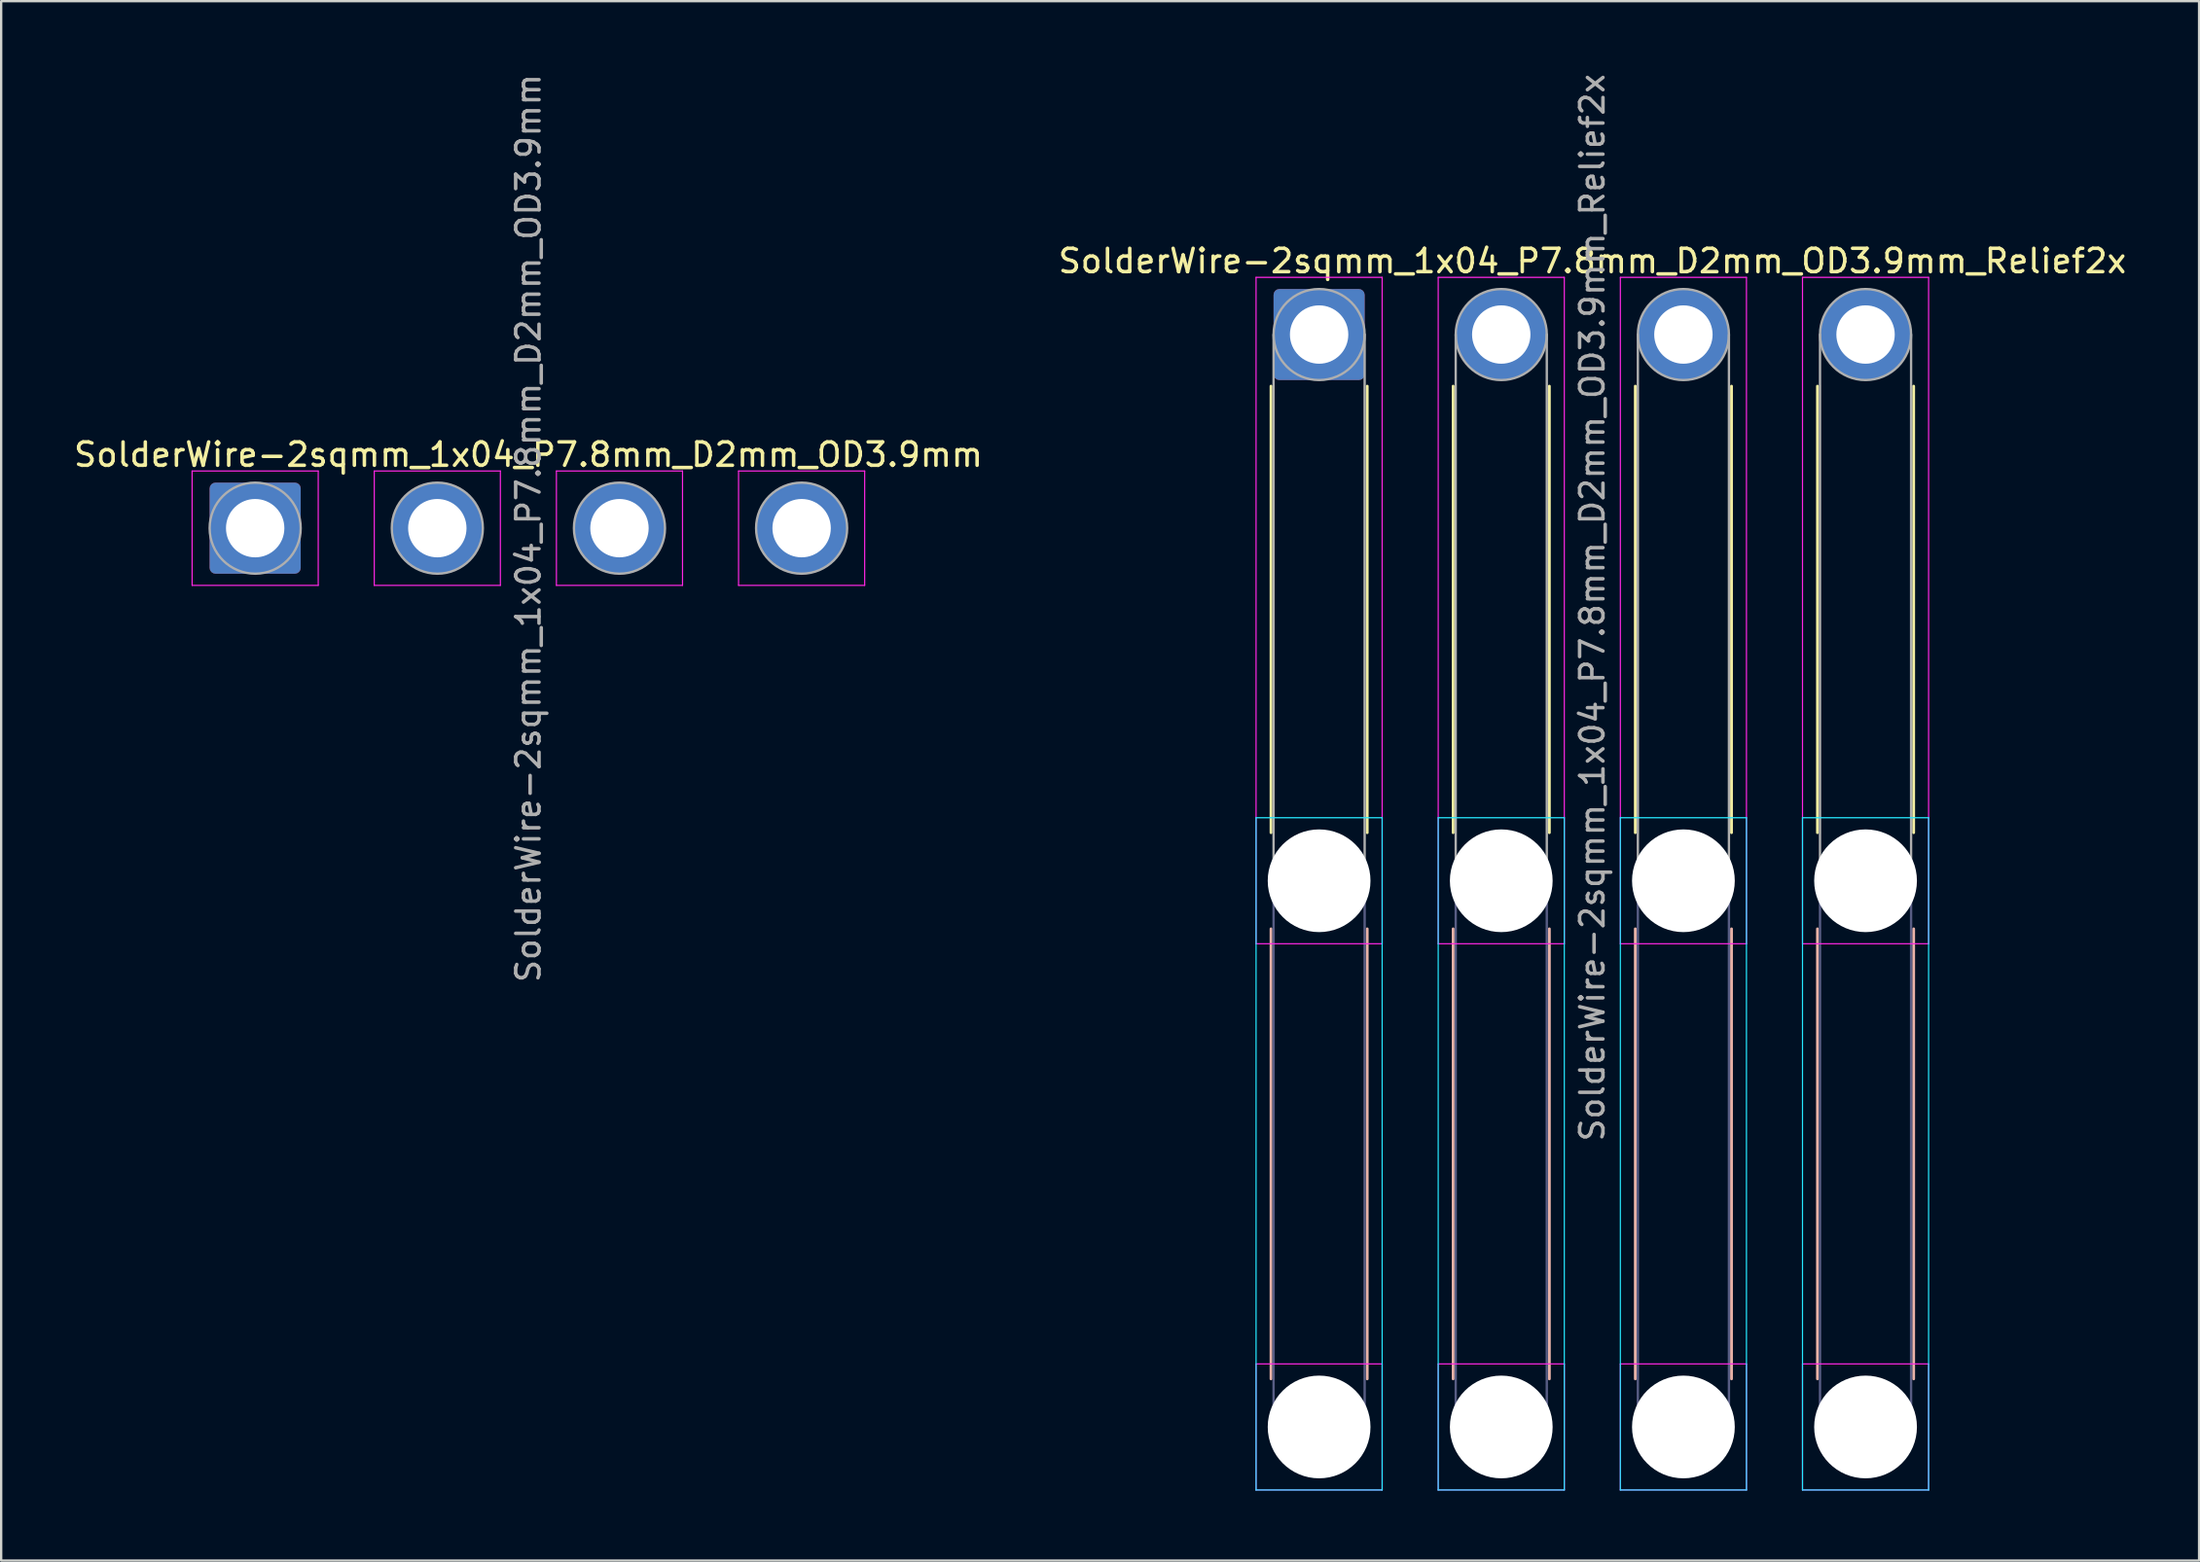
<source format=kicad_pcb>
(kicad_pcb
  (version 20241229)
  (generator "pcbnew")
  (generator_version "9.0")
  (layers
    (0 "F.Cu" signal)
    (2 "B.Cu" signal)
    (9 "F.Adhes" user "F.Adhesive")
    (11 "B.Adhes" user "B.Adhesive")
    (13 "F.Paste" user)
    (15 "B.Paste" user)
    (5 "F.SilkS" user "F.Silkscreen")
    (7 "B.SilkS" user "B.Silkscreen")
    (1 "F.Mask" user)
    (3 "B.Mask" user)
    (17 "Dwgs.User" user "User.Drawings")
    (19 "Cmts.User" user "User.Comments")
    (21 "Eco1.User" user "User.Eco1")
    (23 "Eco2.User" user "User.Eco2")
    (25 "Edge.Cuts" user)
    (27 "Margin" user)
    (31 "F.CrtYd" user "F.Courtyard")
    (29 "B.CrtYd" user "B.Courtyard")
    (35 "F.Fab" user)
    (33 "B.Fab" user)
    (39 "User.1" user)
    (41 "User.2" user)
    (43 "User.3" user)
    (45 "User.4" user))
  (footprint "SolderWire-2sqmm_1x04_P7.8mm_D2mm_OD3.9mm"
    (layer "F.Cu")
    (at 7.877 19.577)
    (property "Reference" "SolderWire-2sqmm_1x04_P7.8mm_D2mm_OD3.9mm" (at 11.7 -3.15 0) (layer "F.SilkS") (effects (font (size 1 1) (thickness 0.15))))
    (attr exclude_from_pos_files exclude_from_bom)
    (fp_line (start -2.7 -2.45) (end -2.7 2.45) (stroke (width 0.05) (type solid)) (layer "F.CrtYd"))
    (fp_line (start -2.7 2.45) (end 2.7 2.45) (stroke (width 0.05) (type solid)) (layer "F.CrtYd"))
    (fp_line (start 2.7 -2.45) (end -2.7 -2.45) (stroke (width 0.05) (type solid)) (layer "F.CrtYd"))
    (fp_line (start 2.7 2.45) (end 2.7 -2.45) (stroke (width 0.05) (type solid)) (layer "F.CrtYd"))
    (fp_line (start 5.1 -2.45) (end 5.1 2.45) (stroke (width 0.05) (type solid)) (layer "F.CrtYd"))
    (fp_line (start 5.1 2.45) (end 10.5 2.45) (stroke (width 0.05) (type solid)) (layer "F.CrtYd"))
    (fp_line (start 10.5 -2.45) (end 5.1 -2.45) (stroke (width 0.05) (type solid)) (layer "F.CrtYd"))
    (fp_line (start 10.5 2.45) (end 10.5 -2.45) (stroke (width 0.05) (type solid)) (layer "F.CrtYd"))
    (fp_line (start 12.9 -2.45) (end 12.9 2.45) (stroke (width 0.05) (type solid)) (layer "F.CrtYd"))
    (fp_line (start 12.9 2.45) (end 18.3 2.45) (stroke (width 0.05) (type solid)) (layer "F.CrtYd"))
    (fp_line (start 18.3 -2.45) (end 12.9 -2.45) (stroke (width 0.05) (type solid)) (layer "F.CrtYd"))
    (fp_line (start 18.3 2.45) (end 18.3 -2.45) (stroke (width 0.05) (type solid)) (layer "F.CrtYd"))
    (fp_line (start 20.7 -2.45) (end 20.7 2.45) (stroke (width 0.05) (type solid)) (layer "F.CrtYd"))
    (fp_line (start 20.7 2.45) (end 26.1 2.45) (stroke (width 0.05) (type solid)) (layer "F.CrtYd"))
    (fp_line (start 26.1 -2.45) (end 20.7 -2.45) (stroke (width 0.05) (type solid)) (layer "F.CrtYd"))
    (fp_line (start 26.1 2.45) (end 26.1 -2.45) (stroke (width 0.05) (type solid)) (layer "F.CrtYd"))
    (fp_circle (center 0 0) (end 1.95 0) (stroke (width 0.1) (type solid)) (fill no) (layer "F.Fab"))
    (fp_circle (center 7.8 0) (end 9.75 0) (stroke (width 0.1) (type solid)) (fill no) (layer "F.Fab"))
    (fp_circle (center 15.6 0) (end 17.55 0) (stroke (width 0.1) (type solid)) (fill no) (layer "F.Fab"))
    (fp_circle (center 23.4 0) (end 25.35 0) (stroke (width 0.1) (type solid)) (fill no) (layer "F.Fab"))
    (fp_text user "${REFERENCE}" (at 11.7 0 90) (layer "F.Fab") (effects (font (size 1 1) (thickness 0.15))))
    (pad "1" thru_hole roundrect (at 0 0) (size 3.9 3.9) (drill 2.5) (layers "*.Cu" "*.Mask") (roundrect_rratio 0.064))
    (pad "2" thru_hole circle (at 7.8 0) (size 3.9 3.9) (drill 2.5) (layers "*.Cu" "*.Mask"))
    (pad "3" thru_hole circle (at 15.6 0) (size 3.9 3.9) (drill 2.5) (layers "*.Cu" "*.Mask"))
    (pad "4" thru_hole circle (at 23.4 0) (size 3.9 3.9) (drill 2.5) (layers "*.Cu" "*.Mask")))
  (footprint "SolderWire-2sqmm_1x04_P7.8mm_D2mm_OD3.9mm_Relief2x"
    (layer "F.Cu")
    (at 53.437 11.282)
    (property "Reference" "SolderWire-2sqmm_1x04_P7.8mm_D2mm_OD3.9mm_Relief2x" (at 11.7 -3.15 0) (layer "F.SilkS") (effects (font (size 1 1) (thickness 0.15))))
    (attr exclude_from_pos_files exclude_from_bom)
    (fp_line (start -2.06 2.21) (end -2.06 21.34) (stroke (width 0.12) (type solid)) (layer "F.SilkS"))
    (fp_line (start 2.06 2.21) (end 2.06 21.34) (stroke (width 0.12) (type solid)) (layer "F.SilkS"))
    (fp_line (start 5.74 2.21) (end 5.74 21.34) (stroke (width 0.12) (type solid)) (layer "F.SilkS"))
    (fp_line (start 9.86 2.21) (end 9.86 21.34) (stroke (width 0.12) (type solid)) (layer "F.SilkS"))
    (fp_line (start 13.54 2.21) (end 13.54 21.34) (stroke (width 0.12) (type solid)) (layer "F.SilkS"))
    (fp_line (start 17.66 2.21) (end 17.66 21.34) (stroke (width 0.12) (type solid)) (layer "F.SilkS"))
    (fp_line (start 21.34 2.21) (end 21.34 21.34) (stroke (width 0.12) (type solid)) (layer "F.SilkS"))
    (fp_line (start 25.46 2.21) (end 25.46 21.34) (stroke (width 0.12) (type solid)) (layer "F.SilkS"))
    (fp_line (start -2.06 25.46) (end -2.06 44.74) (stroke (width 0.12) (type solid)) (layer "B.SilkS"))
    (fp_line (start 2.06 25.46) (end 2.06 44.74) (stroke (width 0.12) (type solid)) (layer "B.SilkS"))
    (fp_line (start 5.74 25.46) (end 5.74 44.74) (stroke (width 0.12) (type solid)) (layer "B.SilkS"))
    (fp_line (start 9.86 25.46) (end 9.86 44.74) (stroke (width 0.12) (type solid)) (layer "B.SilkS"))
    (fp_line (start 13.54 25.46) (end 13.54 44.74) (stroke (width 0.12) (type solid)) (layer "B.SilkS"))
    (fp_line (start 17.66 25.46) (end 17.66 44.74) (stroke (width 0.12) (type solid)) (layer "B.SilkS"))
    (fp_line (start 21.34 25.46) (end 21.34 44.74) (stroke (width 0.12) (type solid)) (layer "B.SilkS"))
    (fp_line (start 25.46 25.46) (end 25.46 44.74) (stroke (width 0.12) (type solid)) (layer "B.SilkS"))
    (fp_line (start -2.7 20.7) (end -2.7 49.5) (stroke (width 0.05) (type solid)) (layer "B.CrtYd"))
    (fp_line (start -2.7 49.5) (end 2.7 49.5) (stroke (width 0.05) (type solid)) (layer "B.CrtYd"))
    (fp_line (start 2.7 20.7) (end -2.7 20.7) (stroke (width 0.05) (type solid)) (layer "B.CrtYd"))
    (fp_line (start 2.7 49.5) (end 2.7 20.7) (stroke (width 0.05) (type solid)) (layer "B.CrtYd"))
    (fp_line (start 5.1 20.7) (end 5.1 49.5) (stroke (width 0.05) (type solid)) (layer "B.CrtYd"))
    (fp_line (start 5.1 49.5) (end 10.5 49.5) (stroke (width 0.05) (type solid)) (layer "B.CrtYd"))
    (fp_line (start 10.5 20.7) (end 5.1 20.7) (stroke (width 0.05) (type solid)) (layer "B.CrtYd"))
    (fp_line (start 10.5 49.5) (end 10.5 20.7) (stroke (width 0.05) (type solid)) (layer "B.CrtYd"))
    (fp_line (start 12.9 20.7) (end 12.9 49.5) (stroke (width 0.05) (type solid)) (layer "B.CrtYd"))
    (fp_line (start 12.9 49.5) (end 18.3 49.5) (stroke (width 0.05) (type solid)) (layer "B.CrtYd"))
    (fp_line (start 18.3 20.7) (end 12.9 20.7) (stroke (width 0.05) (type solid)) (layer "B.CrtYd"))
    (fp_line (start 18.3 49.5) (end 18.3 20.7) (stroke (width 0.05) (type solid)) (layer "B.CrtYd"))
    (fp_line (start 20.7 20.7) (end 20.7 49.5) (stroke (width 0.05) (type solid)) (layer "B.CrtYd"))
    (fp_line (start 20.7 49.5) (end 26.1 49.5) (stroke (width 0.05) (type solid)) (layer "B.CrtYd"))
    (fp_line (start 26.1 20.7) (end 20.7 20.7) (stroke (width 0.05) (type solid)) (layer "B.CrtYd"))
    (fp_line (start 26.1 49.5) (end 26.1 20.7) (stroke (width 0.05) (type solid)) (layer "B.CrtYd"))
    (fp_line (start -2.7 -2.45) (end -2.7 26.1) (stroke (width 0.05) (type solid)) (layer "F.CrtYd"))
    (fp_line (start -2.7 26.1) (end 2.7 26.1) (stroke (width 0.05) (type solid)) (layer "F.CrtYd"))
    (fp_line (start -2.7 44.1) (end -2.7 49.5) (stroke (width 0.05) (type solid)) (layer "F.CrtYd"))
    (fp_line (start -2.7 49.5) (end 2.7 49.5) (stroke (width 0.05) (type solid)) (layer "F.CrtYd"))
    (fp_line (start 2.7 -2.45) (end -2.7 -2.45) (stroke (width 0.05) (type solid)) (layer "F.CrtYd"))
    (fp_line (start 2.7 26.1) (end 2.7 -2.45) (stroke (width 0.05) (type solid)) (layer "F.CrtYd"))
    (fp_line (start 2.7 44.1) (end -2.7 44.1) (stroke (width 0.05) (type solid)) (layer "F.CrtYd"))
    (fp_line (start 2.7 49.5) (end 2.7 44.1) (stroke (width 0.05) (type solid)) (layer "F.CrtYd"))
    (fp_line (start 5.1 -2.45) (end 5.1 26.1) (stroke (width 0.05) (type solid)) (layer "F.CrtYd"))
    (fp_line (start 5.1 26.1) (end 10.5 26.1) (stroke (width 0.05) (type solid)) (layer "F.CrtYd"))
    (fp_line (start 5.1 44.1) (end 5.1 49.5) (stroke (width 0.05) (type solid)) (layer "F.CrtYd"))
    (fp_line (start 5.1 49.5) (end 10.5 49.5) (stroke (width 0.05) (type solid)) (layer "F.CrtYd"))
    (fp_line (start 10.5 -2.45) (end 5.1 -2.45) (stroke (width 0.05) (type solid)) (layer "F.CrtYd"))
    (fp_line (start 10.5 26.1) (end 10.5 -2.45) (stroke (width 0.05) (type solid)) (layer "F.CrtYd"))
    (fp_line (start 10.5 44.1) (end 5.1 44.1) (stroke (width 0.05) (type solid)) (layer "F.CrtYd"))
    (fp_line (start 10.5 49.5) (end 10.5 44.1) (stroke (width 0.05) (type solid)) (layer "F.CrtYd"))
    (fp_line (start 12.9 -2.45) (end 12.9 26.1) (stroke (width 0.05) (type solid)) (layer "F.CrtYd"))
    (fp_line (start 12.9 26.1) (end 18.3 26.1) (stroke (width 0.05) (type solid)) (layer "F.CrtYd"))
    (fp_line (start 12.9 44.1) (end 12.9 49.5) (stroke (width 0.05) (type solid)) (layer "F.CrtYd"))
    (fp_line (start 12.9 49.5) (end 18.3 49.5) (stroke (width 0.05) (type solid)) (layer "F.CrtYd"))
    (fp_line (start 18.3 -2.45) (end 12.9 -2.45) (stroke (width 0.05) (type solid)) (layer "F.CrtYd"))
    (fp_line (start 18.3 26.1) (end 18.3 -2.45) (stroke (width 0.05) (type solid)) (layer "F.CrtYd"))
    (fp_line (start 18.3 44.1) (end 12.9 44.1) (stroke (width 0.05) (type solid)) (layer "F.CrtYd"))
    (fp_line (start 18.3 49.5) (end 18.3 44.1) (stroke (width 0.05) (type solid)) (layer "F.CrtYd"))
    (fp_line (start 20.7 -2.45) (end 20.7 26.1) (stroke (width 0.05) (type solid)) (layer "F.CrtYd"))
    (fp_line (start 20.7 26.1) (end 26.1 26.1) (stroke (width 0.05) (type solid)) (layer "F.CrtYd"))
    (fp_line (start 20.7 44.1) (end 20.7 49.5) (stroke (width 0.05) (type solid)) (layer "F.CrtYd"))
    (fp_line (start 20.7 49.5) (end 26.1 49.5) (stroke (width 0.05) (type solid)) (layer "F.CrtYd"))
    (fp_line (start 26.1 -2.45) (end 20.7 -2.45) (stroke (width 0.05) (type solid)) (layer "F.CrtYd"))
    (fp_line (start 26.1 26.1) (end 26.1 -2.45) (stroke (width 0.05) (type solid)) (layer "F.CrtYd"))
    (fp_line (start 26.1 44.1) (end 20.7 44.1) (stroke (width 0.05) (type solid)) (layer "F.CrtYd"))
    (fp_line (start 26.1 49.5) (end 26.1 44.1) (stroke (width 0.05) (type solid)) (layer "F.CrtYd"))
    (fp_line (start -1.95 23.4) (end -1.95 46.8) (stroke (width 0.1) (type solid)) (layer "B.Fab"))
    (fp_line (start 1.95 23.4) (end 1.95 46.8) (stroke (width 0.1) (type solid)) (layer "B.Fab"))
    (fp_line (start 5.85 23.4) (end 5.85 46.8) (stroke (width 0.1) (type solid)) (layer "B.Fab"))
    (fp_line (start 9.75 23.4) (end 9.75 46.8) (stroke (width 0.1) (type solid)) (layer "B.Fab"))
    (fp_line (start 13.65 23.4) (end 13.65 46.8) (stroke (width 0.1) (type solid)) (layer "B.Fab"))
    (fp_line (start 17.55 23.4) (end 17.55 46.8) (stroke (width 0.1) (type solid)) (layer "B.Fab"))
    (fp_line (start 21.45 23.4) (end 21.45 46.8) (stroke (width 0.1) (type solid)) (layer "B.Fab"))
    (fp_line (start 25.35 23.4) (end 25.35 46.8) (stroke (width 0.1) (type solid)) (layer "B.Fab"))
    (fp_circle (center 0 23.4) (end 1.95 23.4) (stroke (width 0.1) (type solid)) (fill no) (layer "B.Fab"))
    (fp_circle (center 0 46.8) (end 1.95 46.8) (stroke (width 0.1) (type solid)) (fill no) (layer "B.Fab"))
    (fp_circle (center 7.8 23.4) (end 9.75 23.4) (stroke (width 0.1) (type solid)) (fill no) (layer "B.Fab"))
    (fp_circle (center 7.8 46.8) (end 9.75 46.8) (stroke (width 0.1) (type solid)) (fill no) (layer "B.Fab"))
    (fp_circle (center 15.6 23.4) (end 17.55 23.4) (stroke (width 0.1) (type solid)) (fill no) (layer "B.Fab"))
    (fp_circle (center 15.6 46.8) (end 17.55 46.8) (stroke (width 0.1) (type solid)) (fill no) (layer "B.Fab"))
    (fp_circle (center 23.4 23.4) (end 25.35 23.4) (stroke (width 0.1) (type solid)) (fill no) (layer "B.Fab"))
    (fp_circle (center 23.4 46.8) (end 25.35 46.8) (stroke (width 0.1) (type solid)) (fill no) (layer "B.Fab"))
    (fp_line (start -1.95 0) (end -1.95 23.4) (stroke (width 0.1) (type solid)) (layer "F.Fab"))
    (fp_line (start 1.95 0) (end 1.95 23.4) (stroke (width 0.1) (type solid)) (layer "F.Fab"))
    (fp_line (start 5.85 0) (end 5.85 23.4) (stroke (width 0.1) (type solid)) (layer "F.Fab"))
    (fp_line (start 9.75 0) (end 9.75 23.4) (stroke (width 0.1) (type solid)) (layer "F.Fab"))
    (fp_line (start 13.65 0) (end 13.65 23.4) (stroke (width 0.1) (type solid)) (layer "F.Fab"))
    (fp_line (start 17.55 0) (end 17.55 23.4) (stroke (width 0.1) (type solid)) (layer "F.Fab"))
    (fp_line (start 21.45 0) (end 21.45 23.4) (stroke (width 0.1) (type solid)) (layer "F.Fab"))
    (fp_line (start 25.35 0) (end 25.35 23.4) (stroke (width 0.1) (type solid)) (layer "F.Fab"))
    (fp_circle (center 0 0) (end 1.95 0) (stroke (width 0.1) (type solid)) (fill no) (layer "F.Fab"))
    (fp_circle (center 0 23.4) (end 1.95 23.4) (stroke (width 0.1) (type solid)) (fill no) (layer "F.Fab"))
    (fp_circle (center 0 46.8) (end 1.95 46.8) (stroke (width 0.1) (type solid)) (fill no) (layer "F.Fab"))
    (fp_circle (center 7.8 0) (end 9.75 0) (stroke (width 0.1) (type solid)) (fill no) (layer "F.Fab"))
    (fp_circle (center 7.8 23.4) (end 9.75 23.4) (stroke (width 0.1) (type solid)) (fill no) (layer "F.Fab"))
    (fp_circle (center 7.8 46.8) (end 9.75 46.8) (stroke (width 0.1) (type solid)) (fill no) (layer "F.Fab"))
    (fp_circle (center 15.6 0) (end 17.55 0) (stroke (width 0.1) (type solid)) (fill no) (layer "F.Fab"))
    (fp_circle (center 15.6 23.4) (end 17.55 23.4) (stroke (width 0.1) (type solid)) (fill no) (layer "F.Fab"))
    (fp_circle (center 15.6 46.8) (end 17.55 46.8) (stroke (width 0.1) (type solid)) (fill no) (layer "F.Fab"))
    (fp_circle (center 23.4 0) (end 25.35 0) (stroke (width 0.1) (type solid)) (fill no) (layer "F.Fab"))
    (fp_circle (center 23.4 23.4) (end 25.35 23.4) (stroke (width 0.1) (type solid)) (fill no) (layer "F.Fab"))
    (fp_circle (center 23.4 46.8) (end 25.35 46.8) (stroke (width 0.1) (type solid)) (fill no) (layer "F.Fab"))
    (fp_text user "${REFERENCE}" (at 11.7 11.7 90) (layer "F.Fab") (effects (font (size 1 1) (thickness 0.15))))
    (pad "" np_thru_hole circle (at 0 23.4) (size 4.4 4.4) (drill 4.4) (layers "*.Cu" "*.Mask"))
    (pad "" np_thru_hole circle (at 0 46.8) (size 4.4 4.4) (drill 4.4) (layers "*.Cu" "*.Mask"))
    (pad "" np_thru_hole circle (at 7.8 23.4) (size 4.4 4.4) (drill 4.4) (layers "*.Cu" "*.Mask"))
    (pad "" np_thru_hole circle (at 7.8 46.8) (size 4.4 4.4) (drill 4.4) (layers "*.Cu" "*.Mask"))
    (pad "" np_thru_hole circle (at 15.6 23.4) (size 4.4 4.4) (drill 4.4) (layers "*.Cu" "*.Mask"))
    (pad "" np_thru_hole circle (at 15.6 46.8) (size 4.4 4.4) (drill 4.4) (layers "*.Cu" "*.Mask"))
    (pad "" np_thru_hole circle (at 23.4 23.4) (size 4.4 4.4) (drill 4.4) (layers "*.Cu" "*.Mask"))
    (pad "" np_thru_hole circle (at 23.4 46.8) (size 4.4 4.4) (drill 4.4) (layers "*.Cu" "*.Mask"))
    (pad "1" thru_hole roundrect (at 0 0) (size 3.9 3.9) (drill 2.5) (layers "*.Cu" "*.Mask") (roundrect_rratio 0.064))
    (pad "2" thru_hole circle (at 7.8 0) (size 3.9 3.9) (drill 2.5) (layers "*.Cu" "*.Mask"))
    (pad "3" thru_hole circle (at 15.6 0) (size 3.9 3.9) (drill 2.5) (layers "*.Cu" "*.Mask"))
    (pad "4" thru_hole circle (at 23.4 0) (size 3.9 3.9) (drill 2.5) (layers "*.Cu" "*.Mask")))
  (gr_rect
    (start -3 -3)
    (end 91.119 63.807)
    (stroke (width 0.1) (type default))
    (fill no)
    (layer "Edge.Cuts")))
</source>
